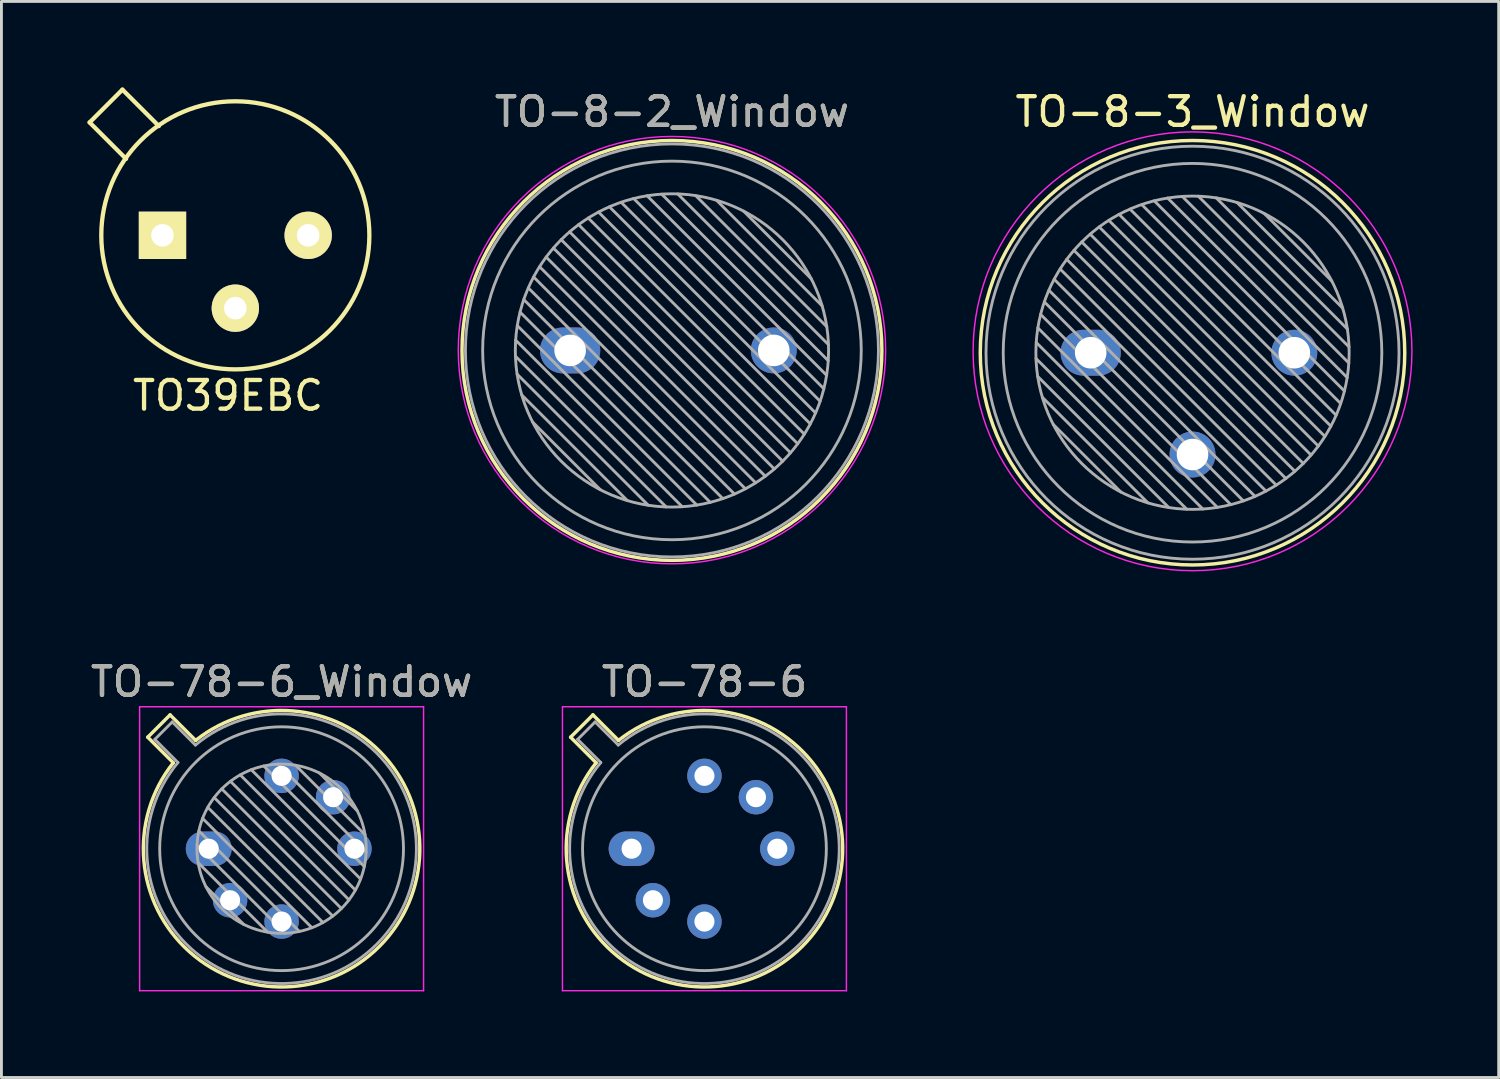
<source format=kicad_pcb>
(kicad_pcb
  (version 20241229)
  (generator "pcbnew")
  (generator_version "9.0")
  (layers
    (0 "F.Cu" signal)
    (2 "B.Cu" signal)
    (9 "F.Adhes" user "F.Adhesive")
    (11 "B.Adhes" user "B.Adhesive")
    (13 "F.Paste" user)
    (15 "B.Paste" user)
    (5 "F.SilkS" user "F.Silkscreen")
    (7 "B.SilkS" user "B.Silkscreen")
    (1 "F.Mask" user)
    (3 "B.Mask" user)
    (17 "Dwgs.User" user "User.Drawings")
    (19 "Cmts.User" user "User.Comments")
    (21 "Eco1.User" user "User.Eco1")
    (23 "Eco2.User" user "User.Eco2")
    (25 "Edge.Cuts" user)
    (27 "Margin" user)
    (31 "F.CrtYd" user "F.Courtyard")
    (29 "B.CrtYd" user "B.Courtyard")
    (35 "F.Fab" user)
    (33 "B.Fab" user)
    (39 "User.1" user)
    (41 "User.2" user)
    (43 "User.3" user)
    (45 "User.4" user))
  (footprint "TO-8-3_Window"
    (layer "F.Cu")
    (at 34.978 9.248)
    (property "Reference" "TO-8-3_Window" (at 3.55 -8.4 0) (layer "F.SilkS") (effects (font (size 1 1) (thickness 0.15))))
    (attr through_hole)
    (fp_circle (center 3.55 0) (end 10.95 0) (stroke (width 0.12) (type solid)) (fill no) (layer "F.SilkS"))
    (fp_circle (center 3.55 -0.05) (end 11.2 -0.05) (stroke (width 0.05) (type solid)) (fill no) (layer "F.CrtYd"))
    (fp_line (start -1.908 0.2) (end 3.35 5.458) (stroke (width 0.1) (type solid)) (layer "F.Fab"))
    (fp_line (start -1.9 -0.359) (end 3.909 5.45) (stroke (width 0.1) (type solid)) (layer "F.Fab"))
    (fp_line (start -1.849 0.825) (end 2.725 5.399) (stroke (width 0.1) (type solid)) (layer "F.Fab"))
    (fp_line (start -1.842 -0.867) (end 4.417 5.392) (stroke (width 0.1) (type solid)) (layer "F.Fab"))
    (fp_line (start -1.746 -1.336) (end 4.886 5.296) (stroke (width 0.1) (type solid)) (layer "F.Fab"))
    (fp_line (start -1.686 1.553) (end 1.997 5.236) (stroke (width 0.1) (type solid)) (layer "F.Fab"))
    (fp_line (start -1.616 -1.772) (end 5.322 5.166) (stroke (width 0.1) (type solid)) (layer "F.Fab"))
    (fp_line (start -1.458 -2.18) (end 5.73 5.008) (stroke (width 0.1) (type solid)) (layer "F.Fab"))
    (fp_line (start -1.307 2.498) (end 1.052 4.857) (stroke (width 0.1) (type solid)) (layer "F.Fab"))
    (fp_line (start -1.274 -2.561) (end 6.111 4.824) (stroke (width 0.1) (type solid)) (layer "F.Fab"))
    (fp_line (start -1.066 -2.919) (end 6.469 4.616) (stroke (width 0.1) (type solid)) (layer "F.Fab"))
    (fp_line (start -0.836 -3.255) (end 6.805 4.386) (stroke (width 0.1) (type solid)) (layer "F.Fab"))
    (fp_line (start -0.584 -3.569) (end 7.119 4.134) (stroke (width 0.1) (type solid)) (layer "F.Fab"))
    (fp_line (start -0.312 -3.862) (end 7.412 3.862) (stroke (width 0.1) (type solid)) (layer "F.Fab"))
    (fp_line (start -0.019 -4.134) (end 7.684 3.569) (stroke (width 0.1) (type solid)) (layer "F.Fab"))
    (fp_line (start 0.295 -4.386) (end 7.936 3.255) (stroke (width 0.1) (type solid)) (layer "F.Fab"))
    (fp_line (start 0.631 -4.616) (end 8.166 2.919) (stroke (width 0.1) (type solid)) (layer "F.Fab"))
    (fp_line (start 0.989 -4.824) (end 8.374 2.561) (stroke (width 0.1) (type solid)) (layer "F.Fab"))
    (fp_line (start 1.37 -5.008) (end 8.558 2.18) (stroke (width 0.1) (type solid)) (layer "F.Fab"))
    (fp_line (start 1.778 -5.166) (end 8.716 1.772) (stroke (width 0.1) (type solid)) (layer "F.Fab"))
    (fp_line (start 2.214 -5.296) (end 8.846 1.336) (stroke (width 0.1) (type solid)) (layer "F.Fab"))
    (fp_line (start 2.683 -5.392) (end 8.942 0.867) (stroke (width 0.1) (type solid)) (layer "F.Fab"))
    (fp_line (start 3.191 -5.45) (end 9 0.359) (stroke (width 0.1) (type solid)) (layer "F.Fab"))
    (fp_line (start 3.75 -5.458) (end 9.008 -0.2) (stroke (width 0.1) (type solid)) (layer "F.Fab"))
    (fp_line (start 4.375 -5.399) (end 8.949 -0.825) (stroke (width 0.1) (type solid)) (layer "F.Fab"))
    (fp_line (start 5.103 -5.236) (end 8.786 -1.553) (stroke (width 0.1) (type solid)) (layer "F.Fab"))
    (fp_line (start 6.048 -4.857) (end 8.407 -2.498) (stroke (width 0.1) (type solid)) (layer "F.Fab"))
    (fp_circle (center 3.55 0) (end 9.011 0) (stroke (width 0.1) (type solid)) (fill no) (layer "F.Fab"))
    (fp_circle (center 3.55 0) (end 10.15 0) (stroke (width 0.1) (type solid)) (fill no) (layer "F.Fab"))
    (fp_circle (center 3.55 0) (end 10.75 0) (stroke (width 0.1) (type solid)) (fill no) (layer "F.Fab"))
    (pad "1" thru_hole oval (at 0 0) (size 2.1 1.6) (drill 1.1) (layers "*.Cu" "*.Mask"))
    (pad "2" thru_hole oval (at 3.55 3.55) (size 1.6 1.6) (drill 1.1) (layers "*.Cu" "*.Mask"))
    (pad "3" thru_hole oval (at 7.1 0) (size 1.6 1.6) (drill 1.1) (layers "*.Cu" "*.Mask")))
  (footprint "TO-78-6_Window"
    (layer "F.Cu")
    (at 4.228 26.541)
    (property "Reference" "TO-78-6_Window" (at 2.54 -5.82 0) (layer "F.SilkS") (effects (font (size 1 1) (thickness 0.15))))
    (attr through_hole)
    (fp_line (start -2.126 -3.888) (end -1.235 -2.997) (stroke (width 0.12) (type solid)) (layer "F.SilkS"))
    (fp_line (start -1.348 -4.666) (end -2.126 -3.888) (stroke (width 0.12) (type solid)) (layer "F.SilkS"))
    (fp_line (start -0.457 -3.775) (end -1.348 -4.666) (stroke (width 0.12) (type solid)) (layer "F.SilkS"))
    (fp_arc (start -0.457084 -3.774902) (mid 5.948125 3.408384) (end -1.234674 -2.997371) (stroke (width 0.12) (type solid)) (layer "F.SilkS"))
    (fp_line (start -2.41 -4.95) (end -2.41 4.95) (stroke (width 0.05) (type solid)) (layer "F.CrtYd"))
    (fp_line (start -2.41 4.95) (end 7.49 4.95) (stroke (width 0.05) (type solid)) (layer "F.CrtYd"))
    (fp_line (start 7.49 -4.95) (end -2.41 -4.95) (stroke (width 0.05) (type solid)) (layer "F.CrtYd"))
    (fp_line (start 7.49 4.95) (end 7.49 -4.95) (stroke (width 0.05) (type solid)) (layer "F.CrtYd"))
    (fp_line (start -1.88 -3.812) (end -1.074 -3.005) (stroke (width 0.1) (type solid)) (layer "F.Fab"))
    (fp_line (start -1.272 -4.42) (end -1.88 -3.812) (stroke (width 0.1) (type solid)) (layer "F.Fab"))
    (fp_line (start -0.465 -3.614) (end -1.272 -4.42) (stroke (width 0.1) (type solid)) (layer "F.Fab"))
    (fp_line (start -0.408 -0.12) (end 2.66 2.948) (stroke (width 0.1) (type solid)) (layer "F.Fab"))
    (fp_line (start -0.371 0.485) (end 2.055 2.911) (stroke (width 0.1) (type solid)) (layer "F.Fab"))
    (fp_line (start -0.344 -0.622) (end 3.162 2.884) (stroke (width 0.1) (type solid)) (layer "F.Fab"))
    (fp_line (start -0.215 -1.058) (end 3.598 2.755) (stroke (width 0.1) (type solid)) (layer "F.Fab"))
    (fp_line (start -0.097 1.324) (end 1.216 2.637) (stroke (width 0.1) (type solid)) (layer "F.Fab"))
    (fp_line (start -0.034 -1.443) (end 3.983 2.574) (stroke (width 0.1) (type solid)) (layer "F.Fab"))
    (fp_line (start 0.19 -1.784) (end 4.324 2.35) (stroke (width 0.1) (type solid)) (layer "F.Fab"))
    (fp_line (start 0.454 -2.086) (end 4.626 2.086) (stroke (width 0.1) (type solid)) (layer "F.Fab"))
    (fp_line (start 0.756 -2.35) (end 4.89 1.784) (stroke (width 0.1) (type solid)) (layer "F.Fab"))
    (fp_line (start 1.097 -2.574) (end 5.114 1.443) (stroke (width 0.1) (type solid)) (layer "F.Fab"))
    (fp_line (start 1.482 -2.755) (end 5.295 1.058) (stroke (width 0.1) (type solid)) (layer "F.Fab"))
    (fp_line (start 1.918 -2.884) (end 5.424 0.622) (stroke (width 0.1) (type solid)) (layer "F.Fab"))
    (fp_line (start 2.42 -2.948) (end 5.488 0.12) (stroke (width 0.1) (type solid)) (layer "F.Fab"))
    (fp_line (start 3.025 -2.911) (end 5.451 -0.485) (stroke (width 0.1) (type solid)) (layer "F.Fab"))
    (fp_line (start 3.864 -2.637) (end 5.177 -1.324) (stroke (width 0.1) (type solid)) (layer "F.Fab"))
    (fp_arc (start -0.465408 -3.61352) (mid 5.863443 3.323361) (end -1.073594 -3.005319) (stroke (width 0.1) (type solid)) (layer "F.Fab"))
    (fp_circle (center 2.54 0) (end 5.49 0) (stroke (width 0.1) (type solid)) (fill no) (layer "F.Fab"))
    (fp_circle (center 2.54 0) (end 6.79 0) (stroke (width 0.1) (type solid)) (fill no) (layer "F.Fab"))
    (fp_text user "${REFERENCE}" (at 2.54 -5.82 0) (layer "F.Fab") (effects (font (size 1 1) (thickness 0.15))))
    (pad "1" thru_hole oval (at 0 0) (size 1.6 1.2) (drill 0.7) (layers "*.Cu" "*.Mask"))
    (pad "2" thru_hole oval (at 0.744 1.796) (size 1.2 1.2) (drill 0.7) (layers "*.Cu" "*.Mask"))
    (pad "3" thru_hole oval (at 2.54 2.54) (size 1.2 1.2) (drill 0.7) (layers "*.Cu" "*.Mask"))
    (pad "4" thru_hole oval (at 5.08 0) (size 1.2 1.2) (drill 0.7) (layers "*.Cu" "*.Mask"))
    (pad "5" thru_hole oval (at 4.336 -1.796) (size 1.2 1.2) (drill 0.7) (layers "*.Cu" "*.Mask"))
    (pad "6" thru_hole oval (at 2.54 -2.54) (size 1.2 1.2) (drill 0.7) (layers "*.Cu" "*.Mask")))
  (footprint "TO39EBC"
    (layer "F.Cu")
    (at 5.155 5.155)
    (property "Reference" "TO39EBC" (at -0.254 5.588 0) (layer "F.SilkS") (effects (font (size 1 1) (thickness 0.15))))
    (attr through_hole)
    (fp_line (start -3.937 -5.08) (end -5.08 -3.937) (stroke (width 0.15) (type solid)) (layer "F.SilkS"))
    (fp_line (start -3.81 -2.667) (end -5.08 -3.937) (stroke (width 0.15) (type solid)) (layer "F.SilkS"))
    (fp_line (start -2.667 -3.81) (end -3.937 -5.08) (stroke (width 0.15) (type solid)) (layer "F.SilkS"))
    (fp_circle (center 0 0) (end 3.175 3.429) (stroke (width 0.15) (type solid)) (fill no) (layer "F.SilkS"))
    (pad "1" thru_hole rect (at -2.54 0) (size 1.651 1.651) (drill 0.787) (layers "*.Cu" "*.Mask" "F.SilkS"))
    (pad "2" thru_hole circle (at 0 2.54) (size 1.651 1.651) (drill 0.787) (layers "*.Cu" "*.Mask" "F.SilkS"))
    (pad "3" thru_hole circle (at 2.54 0) (size 1.651 1.651) (drill 0.787) (layers "*.Cu" "*.Mask" "F.SilkS")))
  (footprint "TO-8-2_Window"
    (layer "F.Cu")
    (at 16.828 9.168)
    (property "Reference" "TO-8-2_Window" (at 3.55 -8.32 0) (layer "F.SilkS") (effects (font (size 1 1) (thickness 0.15))))
    (attr through_hole)
    (fp_circle (center 3.55 0) (end 10.87 0) (stroke (width 0.12) (type solid)) (fill no) (layer "F.SilkS"))
    (fp_circle (center 3.55 -0.01) (end 11 -0.01) (stroke (width 0.05) (type solid)) (fill no) (layer "F.CrtYd"))
    (fp_line (start -1.908 0.2) (end 3.35 5.458) (stroke (width 0.1) (type solid)) (layer "F.Fab"))
    (fp_line (start -1.9 -0.359) (end 3.909 5.45) (stroke (width 0.1) (type solid)) (layer "F.Fab"))
    (fp_line (start -1.849 0.825) (end 2.725 5.399) (stroke (width 0.1) (type solid)) (layer "F.Fab"))
    (fp_line (start -1.842 -0.867) (end 4.417 5.392) (stroke (width 0.1) (type solid)) (layer "F.Fab"))
    (fp_line (start -1.746 -1.336) (end 4.886 5.296) (stroke (width 0.1) (type solid)) (layer "F.Fab"))
    (fp_line (start -1.686 1.553) (end 1.997 5.236) (stroke (width 0.1) (type solid)) (layer "F.Fab"))
    (fp_line (start -1.616 -1.772) (end 5.322 5.166) (stroke (width 0.1) (type solid)) (layer "F.Fab"))
    (fp_line (start -1.458 -2.18) (end 5.73 5.008) (stroke (width 0.1) (type solid)) (layer "F.Fab"))
    (fp_line (start -1.307 2.498) (end 1.052 4.857) (stroke (width 0.1) (type solid)) (layer "F.Fab"))
    (fp_line (start -1.274 -2.561) (end 6.111 4.824) (stroke (width 0.1) (type solid)) (layer "F.Fab"))
    (fp_line (start -1.066 -2.919) (end 6.469 4.616) (stroke (width 0.1) (type solid)) (layer "F.Fab"))
    (fp_line (start -0.836 -3.255) (end 6.805 4.386) (stroke (width 0.1) (type solid)) (layer "F.Fab"))
    (fp_line (start -0.584 -3.569) (end 7.119 4.134) (stroke (width 0.1) (type solid)) (layer "F.Fab"))
    (fp_line (start -0.312 -3.862) (end 7.412 3.862) (stroke (width 0.1) (type solid)) (layer "F.Fab"))
    (fp_line (start -0.019 -4.134) (end 7.684 3.569) (stroke (width 0.1) (type solid)) (layer "F.Fab"))
    (fp_line (start 0.295 -4.386) (end 7.936 3.255) (stroke (width 0.1) (type solid)) (layer "F.Fab"))
    (fp_line (start 0.631 -4.616) (end 8.166 2.919) (stroke (width 0.1) (type solid)) (layer "F.Fab"))
    (fp_line (start 0.989 -4.824) (end 8.374 2.561) (stroke (width 0.1) (type solid)) (layer "F.Fab"))
    (fp_line (start 1.37 -5.008) (end 8.558 2.18) (stroke (width 0.1) (type solid)) (layer "F.Fab"))
    (fp_line (start 1.778 -5.166) (end 8.716 1.772) (stroke (width 0.1) (type solid)) (layer "F.Fab"))
    (fp_line (start 2.214 -5.296) (end 8.846 1.336) (stroke (width 0.1) (type solid)) (layer "F.Fab"))
    (fp_line (start 2.683 -5.392) (end 8.942 0.867) (stroke (width 0.1) (type solid)) (layer "F.Fab"))
    (fp_line (start 3.191 -5.45) (end 9 0.359) (stroke (width 0.1) (type solid)) (layer "F.Fab"))
    (fp_line (start 3.75 -5.458) (end 9.008 -0.2) (stroke (width 0.1) (type solid)) (layer "F.Fab"))
    (fp_line (start 4.375 -5.399) (end 8.949 -0.825) (stroke (width 0.1) (type solid)) (layer "F.Fab"))
    (fp_line (start 5.103 -5.236) (end 8.786 -1.553) (stroke (width 0.1) (type solid)) (layer "F.Fab"))
    (fp_line (start 6.048 -4.857) (end 8.407 -2.498) (stroke (width 0.1) (type solid)) (layer "F.Fab"))
    (fp_circle (center 3.55 0) (end 9.011 0) (stroke (width 0.1) (type solid)) (fill no) (layer "F.Fab"))
    (fp_circle (center 3.55 0) (end 10.15 0) (stroke (width 0.1) (type solid)) (fill no) (layer "F.Fab"))
    (fp_circle (center 3.55 0) (end 10.75 0) (stroke (width 0.1) (type solid)) (fill no) (layer "F.Fab"))
    (fp_text user "${REFERENCE}" (at 3.55 -8.32 0) (layer "F.Fab") (effects (font (size 1 1) (thickness 0.15))))
    (pad "1" thru_hole oval (at 0 0) (size 2.1 1.6) (drill 1.1) (layers "*.Cu" "*.Mask"))
    (pad "2" thru_hole oval (at 7.1 0) (size 1.6 1.6) (drill 1.1) (layers "*.Cu" "*.Mask")))
  (footprint "TO-78-6"
    (layer "F.Cu")
    (at 18.971 26.541)
    (property "Reference" "TO-78-6" (at 2.54 -5.82 0) (layer "F.SilkS") (effects (font (size 1 1) (thickness 0.15))))
    (attr through_hole)
    (fp_line (start -2.126 -3.888) (end -1.235 -2.997) (stroke (width 0.12) (type solid)) (layer "F.SilkS"))
    (fp_line (start -1.348 -4.666) (end -2.126 -3.888) (stroke (width 0.12) (type solid)) (layer "F.SilkS"))
    (fp_line (start -0.457 -3.775) (end -1.348 -4.666) (stroke (width 0.12) (type solid)) (layer "F.SilkS"))
    (fp_arc (start -0.457084 -3.774902) (mid 5.948125 3.408384) (end -1.234674 -2.997371) (stroke (width 0.12) (type solid)) (layer "F.SilkS"))
    (fp_line (start -2.41 -4.95) (end -2.41 4.95) (stroke (width 0.05) (type solid)) (layer "F.CrtYd"))
    (fp_line (start -2.41 4.95) (end 7.49 4.95) (stroke (width 0.05) (type solid)) (layer "F.CrtYd"))
    (fp_line (start 7.49 -4.95) (end -2.41 -4.95) (stroke (width 0.05) (type solid)) (layer "F.CrtYd"))
    (fp_line (start 7.49 4.95) (end 7.49 -4.95) (stroke (width 0.05) (type solid)) (layer "F.CrtYd"))
    (fp_line (start -1.88 -3.812) (end -1.074 -3.005) (stroke (width 0.1) (type solid)) (layer "F.Fab"))
    (fp_line (start -1.272 -4.42) (end -1.88 -3.812) (stroke (width 0.1) (type solid)) (layer "F.Fab"))
    (fp_line (start -0.465 -3.614) (end -1.272 -4.42) (stroke (width 0.1) (type solid)) (layer "F.Fab"))
    (fp_arc (start -0.465408 -3.61352) (mid 5.863443 3.323361) (end -1.073594 -3.005319) (stroke (width 0.1) (type solid)) (layer "F.Fab"))
    (fp_circle (center 2.54 0) (end 6.79 0) (stroke (width 0.1) (type solid)) (fill no) (layer "F.Fab"))
    (fp_text user "${REFERENCE}" (at 2.54 -5.82 0) (layer "F.Fab") (effects (font (size 1 1) (thickness 0.15))))
    (pad "1" thru_hole oval (at 0 0) (size 1.6 1.2) (drill 0.7) (layers "*.Cu" "*.Mask"))
    (pad "2" thru_hole oval (at 0.744 1.796) (size 1.2 1.2) (drill 0.7) (layers "*.Cu" "*.Mask"))
    (pad "3" thru_hole oval (at 2.54 2.54) (size 1.2 1.2) (drill 0.7) (layers "*.Cu" "*.Mask"))
    (pad "4" thru_hole oval (at 5.08 0) (size 1.2 1.2) (drill 0.7) (layers "*.Cu" "*.Mask"))
    (pad "5" thru_hole oval (at 4.336 -1.796) (size 1.2 1.2) (drill 0.7) (layers "*.Cu" "*.Mask"))
    (pad "6" thru_hole oval (at 2.54 -2.54) (size 1.2 1.2) (drill 0.7) (layers "*.Cu" "*.Mask")))
  (gr_rect
    (start -3 -3)
    (end 49.203 34.517)
    (stroke (width 0.1) (type default))
    (fill no)
    (layer "Edge.Cuts")))
</source>
